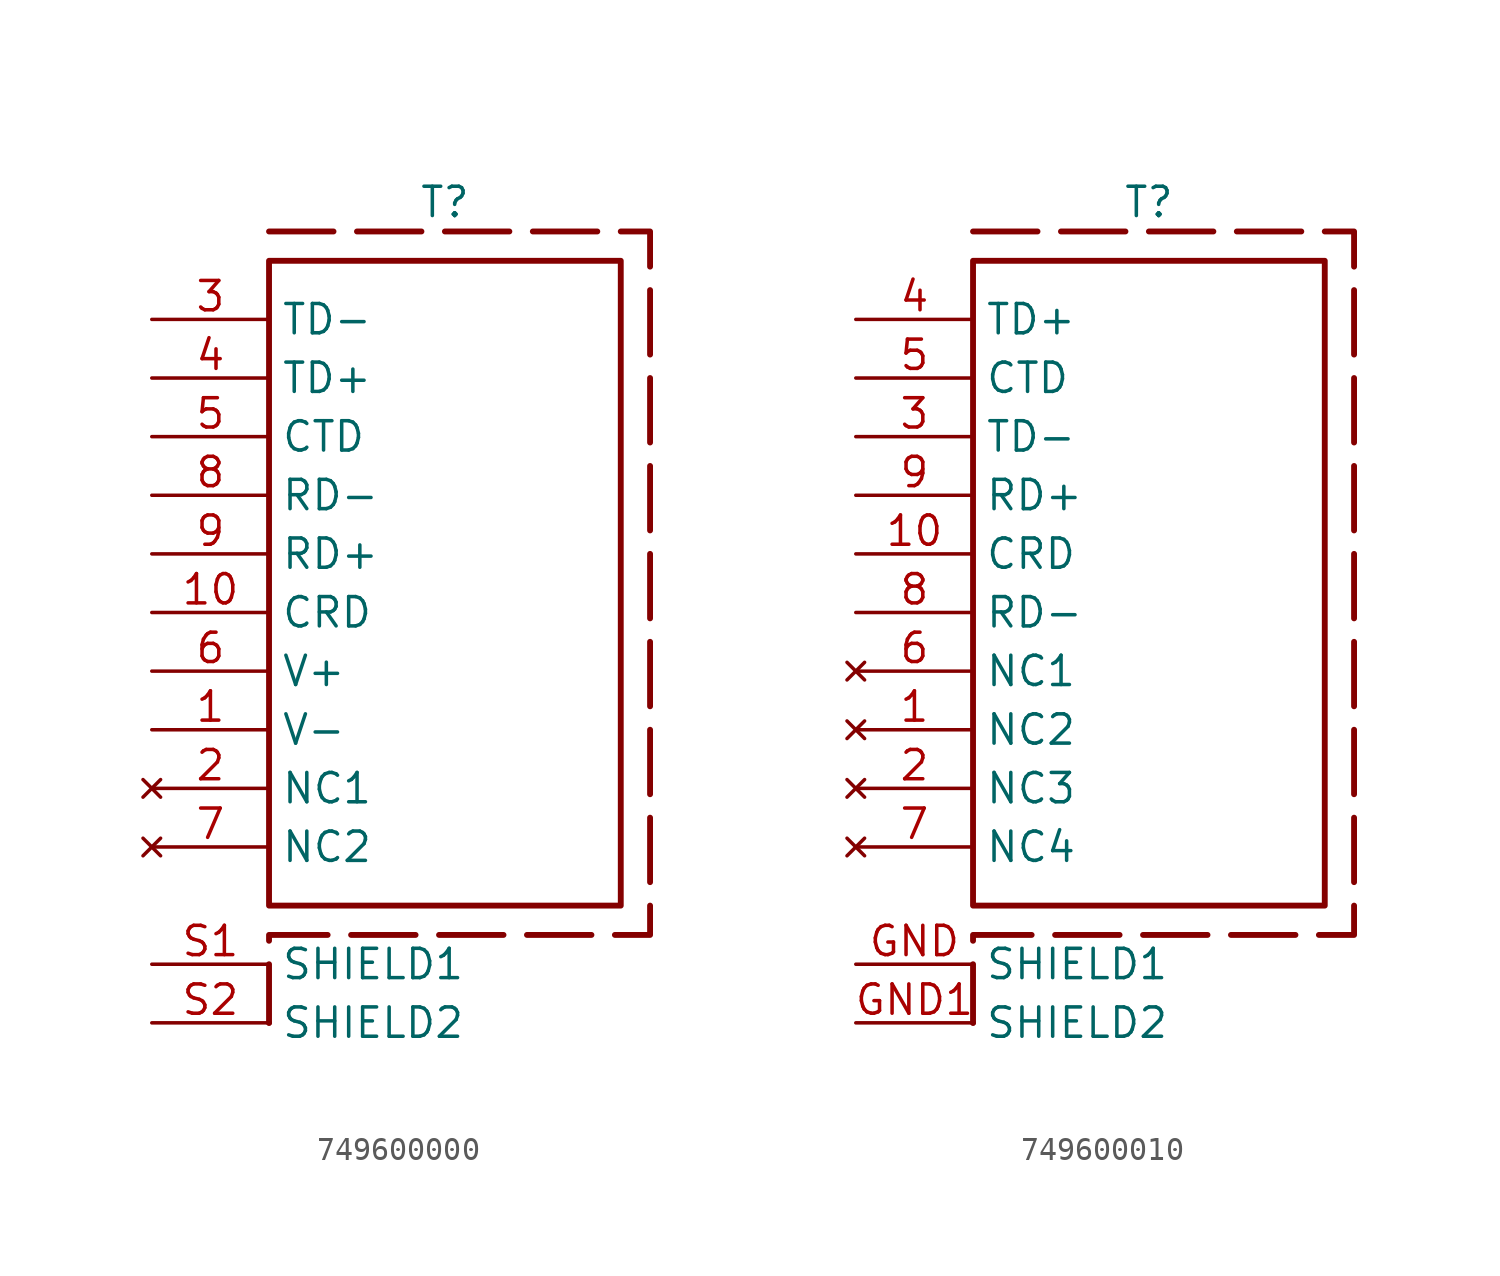
<source format=kicad_sym>
(kicad_symbol_lib
  (version 20220914)
  (generator kicad_symbol_editor)
  (symbol "749600000"
    (property "Reference" "T"
      (at 0 16.51 0)
      (effects (font (size 1.27 1.27))))
    (property "Critical Parameter" ""
      (at 0 -3.81 0)
      (effects (font (size 1.27 1.27))))
    (symbol "749600000_0_0"
      (polyline (pts (xy -7.62 -19.05) (xy -7.62 -19.05)) (stroke (width 0.254) (type default)) (fill (type none))))
    (symbol "749600000_1_0"
      (pin passive line (at -12.7 -6.35 0) (length 5.08) (name "V-" (effects (font (size 1.27 1.27)))) (number "1" (effects (font (size 1.27 1.27)))))
      (pin bidirectional line (at -12.7 -1.27 0) (length 5.08) (name "CRD" (effects (font (size 1.27 1.27)))) (number "10" (effects (font (size 1.27 1.27)))))
      (pin no_connect line (at -12.7 -8.89 0) (length 5.08) (name "NC1" (effects (font (size 1.27 1.27)))) (number "2" (effects (font (size 1.27 1.27)))))
      (pin bidirectional line (at -12.7 11.43 0) (length 5.08) (name "TD-" (effects (font (size 1.27 1.27)))) (number "3" (effects (font (size 1.27 1.27)))))
      (pin bidirectional line (at -12.7 8.89 0) (length 5.08) (name "TD+" (effects (font (size 1.27 1.27)))) (number "4" (effects (font (size 1.27 1.27)))))
      (pin bidirectional line (at -12.7 6.35 0) (length 5.08) (name "CTD" (effects (font (size 1.27 1.27)))) (number "5" (effects (font (size 1.27 1.27)))))
      (pin passive line (at -12.7 -3.81 0) (length 5.08) (name "V+" (effects (font (size 1.27 1.27)))) (number "6" (effects (font (size 1.27 1.27)))))
      (pin no_connect line (at -12.7 -11.43 0) (length 5.08) (name "NC2" (effects (font (size 1.27 1.27)))) (number "7" (effects (font (size 1.27 1.27)))))
      (pin bidirectional line (at -12.7 3.81 0) (length 5.08) (name "RD-" (effects (font (size 1.27 1.27)))) (number "8" (effects (font (size 1.27 1.27)))))
      (pin bidirectional line (at -12.7 1.27 0) (length 5.08) (name "RD+" (effects (font (size 1.27 1.27)))) (number "9" (effects (font (size 1.27 1.27)))))
      (pin power_in line (at -12.7 -16.51 0) (length 5.08) (name "SHIELD1" (effects (font (size 1.27 1.27)))) (number "S1" (effects (font (size 1.27 1.27)))))
      (pin power_in line (at -12.7 -19.05 0) (length 5.08) (name "SHIELD2" (effects (font (size 1.27 1.27)))) (number "S2" (effects (font (size 1.27 1.27))))))
    (symbol "749600000_1_1"
      (rectangle (start -7.62 13.97) (end 7.62 -13.97) (stroke (width 0.254) (type default)) (fill (type none)))
      (polyline (pts (xy -7.62 15.24) (xy 8.89 15.24) (xy 8.89 -15.24) (xy -7.62 -15.24) (xy -7.62 -19.05)) (stroke (width 0.254) (type dash)) (fill (type none)))))
  (symbol "749600010"
    (property "Reference" "T"
      (at 0 16.51 0)
      (effects (font (size 1.27 1.27))))
    (property "Critical Parameter" ""
      (at 0 -6.35 0)
      (effects (font (size 1.27 1.27))))
    (symbol "749600010_0_0"
      (polyline (pts (xy -7.62 -19.05) (xy -7.62 -19.05)) (stroke (width 0.254) (type default)) (fill (type none)))
      (pin bidirectional line (at -12.7 1.27 0) (length 5.08) (name "CRD" (effects (font (size 1.27 1.27)))) (number "10" (effects (font (size 1.27 1.27)))))
      (pin bidirectional line (at -12.7 6.35 0) (length 5.08) (name "TD-" (effects (font (size 1.27 1.27)))) (number "3" (effects (font (size 1.27 1.27)))))
      (pin bidirectional line (at -12.7 8.89 0) (length 5.08) (name "CTD" (effects (font (size 1.27 1.27)))) (number "5" (effects (font (size 1.27 1.27)))))
      (pin bidirectional line (at -12.7 -1.27 0) (length 5.08) (name "RD-" (effects (font (size 1.27 1.27)))) (number "8" (effects (font (size 1.27 1.27)))))
      (pin bidirectional line (at -12.7 3.81 0) (length 5.08) (name "RD+" (effects (font (size 1.27 1.27)))) (number "9" (effects (font (size 1.27 1.27)))))
      (pin power_in line (at -12.7 -16.51 0) (length 5.08) (name "SHIELD1" (effects (font (size 1.27 1.27)))) (number "GND" (effects (font (size 1.27 1.27)))))
      (pin power_in line (at -12.7 -19.05 0) (length 5.08) (name "SHIELD2" (effects (font (size 1.27 1.27)))) (number "GND1" (effects (font (size 1.27 1.27))))))
    (symbol "749600010_1_0"
      (pin no_connect line (at -12.7 -6.35 0) (length 5.08) (name "NC2" (effects (font (size 1.27 1.27)))) (number "1" (effects (font (size 1.27 1.27)))))
      (pin no_connect line (at -12.7 -8.89 0) (length 5.08) (name "NC3" (effects (font (size 1.27 1.27)))) (number "2" (effects (font (size 1.27 1.27)))))
      (pin bidirectional line (at -12.7 11.43 0) (length 5.08) (name "TD+" (effects (font (size 1.27 1.27)))) (number "4" (effects (font (size 1.27 1.27)))))
      (pin no_connect line (at -12.7 -3.81 0) (length 5.08) (name "NC1" (effects (font (size 1.27 1.27)))) (number "6" (effects (font (size 1.27 1.27)))))
      (pin no_connect line (at -12.7 -11.43 0) (length 5.08) (name "NC4" (effects (font (size 1.27 1.27)))) (number "7" (effects (font (size 1.27 1.27))))))
    (symbol "749600010_1_1"
      (rectangle (start -7.62 13.97) (end 7.62 -13.97) (stroke (width 0.254) (type default)) (fill (type none)))
      (polyline (pts (xy -7.62 15.24) (xy 8.89 15.24) (xy 8.89 -15.24) (xy -7.62 -15.24) (xy -7.62 -19.05)) (stroke (width 0.254) (type dash)) (fill (type none))))))
</source>
